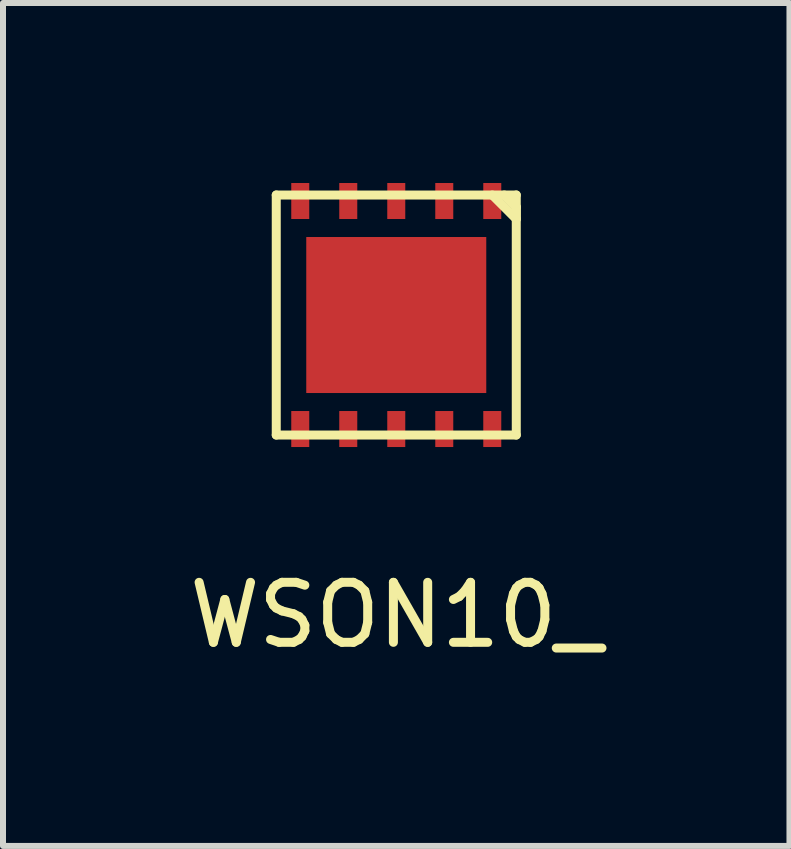
<source format=kicad_pcb>
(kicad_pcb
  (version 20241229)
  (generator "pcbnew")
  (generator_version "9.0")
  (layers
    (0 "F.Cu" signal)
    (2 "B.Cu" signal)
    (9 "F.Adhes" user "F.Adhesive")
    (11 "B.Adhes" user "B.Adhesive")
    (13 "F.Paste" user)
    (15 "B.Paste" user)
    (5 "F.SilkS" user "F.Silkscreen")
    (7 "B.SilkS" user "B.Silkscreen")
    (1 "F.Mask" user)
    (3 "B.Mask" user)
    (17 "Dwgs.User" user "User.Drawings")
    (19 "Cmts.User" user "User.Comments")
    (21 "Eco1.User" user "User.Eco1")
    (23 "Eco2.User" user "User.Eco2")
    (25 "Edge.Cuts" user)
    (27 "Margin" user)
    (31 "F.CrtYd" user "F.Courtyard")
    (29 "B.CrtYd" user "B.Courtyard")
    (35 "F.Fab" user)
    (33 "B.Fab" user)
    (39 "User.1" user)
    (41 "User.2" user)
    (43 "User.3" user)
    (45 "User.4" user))
  (footprint "WSON10_"
    (layer "F.Cu")
    (at 3.554 2.2)
    (property "Reference" "WSON10_" (at 0 5 0) (layer "F.SilkS") (effects (font (size 1 1) (thickness 0.15))))
    (attr through_hole)
    (fp_line (start -2 -2) (end 2 -2) (stroke (width 0.15) (type solid)) (layer "F.SilkS"))
    (fp_line (start -2 2) (end -2 -2) (stroke (width 0.15) (type solid)) (layer "F.SilkS"))
    (fp_line (start 1.6 -2) (end 2 -1.6) (stroke (width 0.15) (type solid)) (layer "F.SilkS"))
    (fp_line (start 2 -2) (end 2 2) (stroke (width 0.15) (type solid)) (layer "F.SilkS"))
    (fp_line (start 2 -1.8) (end 1.8 -2) (stroke (width 0.15) (type solid)) (layer "F.SilkS"))
    (fp_line (start 2 -1.6) (end 2 -1.8) (stroke (width 0.15) (type solid)) (layer "F.SilkS"))
    (fp_line (start 2 2) (end -2 2) (stroke (width 0.15) (type solid)) (layer "F.SilkS"))
    (pad "1" smd rect (at 1.6 -1.9) (size 0.3 0.6) (layers "F.Cu" "F.Mask" "F.Paste"))
    (pad "2" smd rect (at 0.8 -1.9) (size 0.3 0.6) (layers "F.Cu" "F.Mask" "F.Paste"))
    (pad "3" smd rect (at 0 -1.9) (size 0.3 0.6) (layers "F.Cu" "F.Mask" "F.Paste"))
    (pad "4" smd rect (at -0.8 -1.9) (size 0.3 0.6) (layers "F.Cu" "F.Mask" "F.Paste"))
    (pad "5" smd rect (at -1.6 -1.9) (size 0.3 0.6) (layers "F.Cu" "F.Mask" "F.Paste"))
    (pad "6" smd rect (at -1.6 1.9) (size 0.3 0.6) (layers "F.Cu" "F.Mask" "F.Paste"))
    (pad "7" smd rect (at -0.8 1.9) (size 0.3 0.6) (layers "F.Cu" "F.Mask" "F.Paste"))
    (pad "8" smd rect (at 0 0) (size 3 2.6) (layers "F.Cu" "F.Mask" "F.Paste"))
    (pad "8" smd rect (at 0 1.9) (size 0.3 0.6) (layers "F.Cu" "F.Mask" "F.Paste"))
    (pad "9" smd rect (at 0.8 1.9) (size 0.3 0.6) (layers "F.Cu" "F.Mask" "F.Paste"))
    (pad "10" smd rect (at 1.6 1.9) (size 0.3 0.6) (layers "F.Cu" "F.Mask" "F.Paste")))
  (gr_rect
    (start -3 -3)
    (end 10.107 11.048)
    (stroke (width 0.1) (type default))
    (fill no)
    (layer "Edge.Cuts")))
</source>
